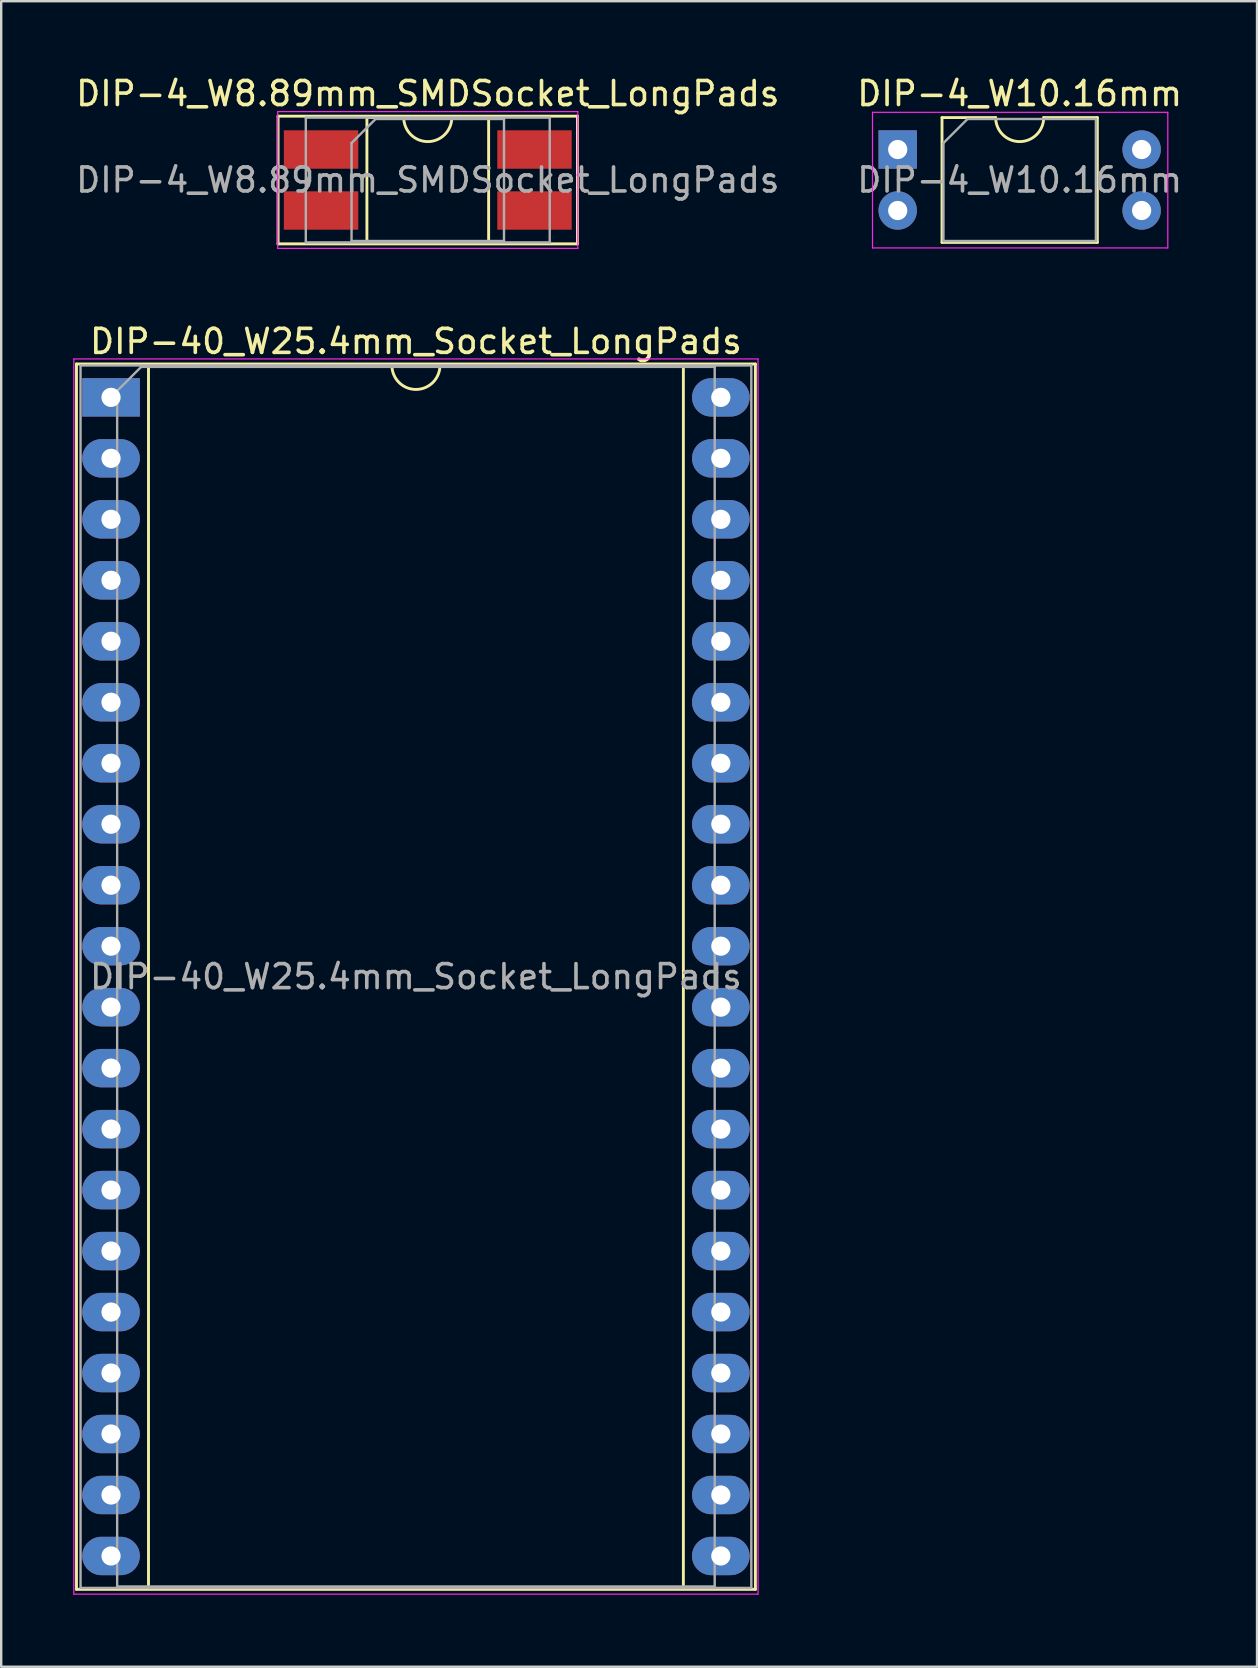
<source format=kicad_pcb>
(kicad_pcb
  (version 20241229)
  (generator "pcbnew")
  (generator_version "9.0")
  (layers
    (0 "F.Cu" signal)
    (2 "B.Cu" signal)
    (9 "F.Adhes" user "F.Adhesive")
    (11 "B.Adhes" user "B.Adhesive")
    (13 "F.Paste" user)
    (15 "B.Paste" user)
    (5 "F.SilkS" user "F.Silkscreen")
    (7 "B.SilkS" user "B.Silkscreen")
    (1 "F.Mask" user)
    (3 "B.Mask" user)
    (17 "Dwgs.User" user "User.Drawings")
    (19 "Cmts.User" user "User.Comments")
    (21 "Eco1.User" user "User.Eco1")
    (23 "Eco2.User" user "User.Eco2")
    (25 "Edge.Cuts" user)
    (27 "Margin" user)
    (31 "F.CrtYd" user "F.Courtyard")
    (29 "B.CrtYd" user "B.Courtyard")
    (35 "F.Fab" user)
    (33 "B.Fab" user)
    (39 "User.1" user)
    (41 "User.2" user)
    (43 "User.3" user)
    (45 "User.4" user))
  (footprint "DIP-4_W10.16mm"
    (layer "F.Cu")
    (at 34.343 3.178)
    (property "Reference" "DIP-4_W10.16mm" (at 5.08 -2.33 0) (layer "F.SilkS") (effects (font (size 1 1) (thickness 0.15))))
    (attr through_hole)
    (fp_line (start 1.845 -1.33) (end 1.845 3.87) (stroke (width 0.12) (type solid)) (layer "F.SilkS"))
    (fp_line (start 1.845 3.87) (end 8.315 3.87) (stroke (width 0.12) (type solid)) (layer "F.SilkS"))
    (fp_line (start 4.08 -1.33) (end 1.845 -1.33) (stroke (width 0.12) (type solid)) (layer "F.SilkS"))
    (fp_line (start 8.315 -1.33) (end 6.08 -1.33) (stroke (width 0.12) (type solid)) (layer "F.SilkS"))
    (fp_line (start 8.315 3.87) (end 8.315 -1.33) (stroke (width 0.12) (type solid)) (layer "F.SilkS"))
    (fp_arc (start 6.08 -1.33) (mid 5.08 -0.33) (end 4.08 -1.33) (stroke (width 0.12) (type solid)) (layer "F.SilkS"))
    (fp_line (start -1.05 -1.55) (end -1.05 4.1) (stroke (width 0.05) (type solid)) (layer "F.CrtYd"))
    (fp_line (start -1.05 4.1) (end 11.25 4.1) (stroke (width 0.05) (type solid)) (layer "F.CrtYd"))
    (fp_line (start 11.25 -1.55) (end -1.05 -1.55) (stroke (width 0.05) (type solid)) (layer "F.CrtYd"))
    (fp_line (start 11.25 4.1) (end 11.25 -1.55) (stroke (width 0.05) (type solid)) (layer "F.CrtYd"))
    (fp_line (start 1.905 -0.27) (end 2.905 -1.27) (stroke (width 0.1) (type solid)) (layer "F.Fab"))
    (fp_line (start 1.905 3.81) (end 1.905 -0.27) (stroke (width 0.1) (type solid)) (layer "F.Fab"))
    (fp_line (start 2.905 -1.27) (end 8.255 -1.27) (stroke (width 0.1) (type solid)) (layer "F.Fab"))
    (fp_line (start 8.255 -1.27) (end 8.255 3.81) (stroke (width 0.1) (type solid)) (layer "F.Fab"))
    (fp_line (start 8.255 3.81) (end 1.905 3.81) (stroke (width 0.1) (type solid)) (layer "F.Fab"))
    (fp_text user "${REFERENCE}" (at 5.08 1.27 0) (layer "F.Fab") (effects (font (size 1 1) (thickness 0.15))))
    (pad "1" thru_hole rect (at 0 0) (size 1.6 1.6) (drill 0.8) (layers "*.Cu" "*.Mask"))
    (pad "2" thru_hole oval (at 0 2.54) (size 1.6 1.6) (drill 0.8) (layers "*.Cu" "*.Mask"))
    (pad "3" thru_hole oval (at 10.16 2.54) (size 1.6 1.6) (drill 0.8) (layers "*.Cu" "*.Mask"))
    (pad "4" thru_hole oval (at 10.16 0) (size 1.6 1.6) (drill 0.8) (layers "*.Cu" "*.Mask")))
  (footprint "DIP-4_W8.89mm_SMDSocket_LongPads"
    (layer "F.Cu")
    (at 14.768 4.448)
    (property "Reference" "DIP-4_W8.89mm_SMDSocket_LongPads" (at 0 -3.6 0) (layer "F.SilkS") (effects (font (size 1 1) (thickness 0.15))))
    (attr smd)
    (fp_line (start -6.235 -2.66) (end -6.235 2.66) (stroke (width 0.12) (type solid)) (layer "F.SilkS"))
    (fp_line (start -6.235 2.66) (end 6.235 2.66) (stroke (width 0.12) (type solid)) (layer "F.SilkS"))
    (fp_line (start -2.535 -2.6) (end -2.535 2.6) (stroke (width 0.12) (type solid)) (layer "F.SilkS"))
    (fp_line (start -2.535 2.6) (end 2.535 2.6) (stroke (width 0.12) (type solid)) (layer "F.SilkS"))
    (fp_line (start -1 -2.6) (end -2.535 -2.6) (stroke (width 0.12) (type solid)) (layer "F.SilkS"))
    (fp_line (start 2.535 -2.6) (end 1 -2.6) (stroke (width 0.12) (type solid)) (layer "F.SilkS"))
    (fp_line (start 2.535 2.6) (end 2.535 -2.6) (stroke (width 0.12) (type solid)) (layer "F.SilkS"))
    (fp_line (start 6.235 -2.66) (end -6.235 -2.66) (stroke (width 0.12) (type solid)) (layer "F.SilkS"))
    (fp_line (start 6.235 2.66) (end 6.235 -2.66) (stroke (width 0.12) (type solid)) (layer "F.SilkS"))
    (fp_arc (start 1 -2.6) (mid 0 -1.6) (end -1 -2.6) (stroke (width 0.12) (type solid)) (layer "F.SilkS"))
    (fp_line (start -6.25 -2.85) (end -6.25 2.85) (stroke (width 0.05) (type solid)) (layer "F.CrtYd"))
    (fp_line (start -6.25 2.85) (end 6.25 2.85) (stroke (width 0.05) (type solid)) (layer "F.CrtYd"))
    (fp_line (start 6.25 -2.85) (end -6.25 -2.85) (stroke (width 0.05) (type solid)) (layer "F.CrtYd"))
    (fp_line (start 6.25 2.85) (end 6.25 -2.85) (stroke (width 0.05) (type solid)) (layer "F.CrtYd"))
    (fp_line (start -5.08 -2.6) (end -5.08 2.6) (stroke (width 0.1) (type solid)) (layer "F.Fab"))
    (fp_line (start -5.08 2.6) (end 5.08 2.6) (stroke (width 0.1) (type solid)) (layer "F.Fab"))
    (fp_line (start -3.175 -1.54) (end -2.175 -2.54) (stroke (width 0.1) (type solid)) (layer "F.Fab"))
    (fp_line (start -3.175 2.54) (end -3.175 -1.54) (stroke (width 0.1) (type solid)) (layer "F.Fab"))
    (fp_line (start -2.175 -2.54) (end 3.175 -2.54) (stroke (width 0.1) (type solid)) (layer "F.Fab"))
    (fp_line (start 3.175 -2.54) (end 3.175 2.54) (stroke (width 0.1) (type solid)) (layer "F.Fab"))
    (fp_line (start 3.175 2.54) (end -3.175 2.54) (stroke (width 0.1) (type solid)) (layer "F.Fab"))
    (fp_line (start 5.08 -2.6) (end -5.08 -2.6) (stroke (width 0.1) (type solid)) (layer "F.Fab"))
    (fp_line (start 5.08 2.6) (end 5.08 -2.6) (stroke (width 0.1) (type solid)) (layer "F.Fab"))
    (fp_text user "${REFERENCE}" (at 0 0 0) (layer "F.Fab") (effects (font (size 1 1) (thickness 0.15))))
    (pad "1" smd rect (at -4.445 -1.27) (size 3.1 1.6) (layers "F.Cu" "F.Mask" "F.Paste"))
    (pad "2" smd rect (at -4.445 1.27) (size 3.1 1.6) (layers "F.Cu" "F.Mask" "F.Paste"))
    (pad "3" smd rect (at 4.445 1.27) (size 3.1 1.6) (layers "F.Cu" "F.Mask" "F.Paste"))
    (pad "4" smd rect (at 4.445 -1.27) (size 3.1 1.6) (layers "F.Cu" "F.Mask" "F.Paste")))
  (footprint "DIP-40_W25.4mm_Socket_LongPads"
    (layer "F.Cu")
    (at 1.575 13.502)
    (property "Reference" "DIP-40_W25.4mm_Socket_LongPads" (at 12.7 -2.33 0) (layer "F.SilkS") (effects (font (size 1 1) (thickness 0.15))))
    (attr through_hole)
    (fp_line (start -1.44 -1.39) (end -1.44 49.65) (stroke (width 0.12) (type solid)) (layer "F.SilkS"))
    (fp_line (start -1.44 49.65) (end 26.84 49.65) (stroke (width 0.12) (type solid)) (layer "F.SilkS"))
    (fp_line (start 1.56 -1.33) (end 1.56 49.59) (stroke (width 0.12) (type solid)) (layer "F.SilkS"))
    (fp_line (start 1.56 49.59) (end 23.84 49.59) (stroke (width 0.12) (type solid)) (layer "F.SilkS"))
    (fp_line (start 11.7 -1.33) (end 1.56 -1.33) (stroke (width 0.12) (type solid)) (layer "F.SilkS"))
    (fp_line (start 23.84 -1.33) (end 13.7 -1.33) (stroke (width 0.12) (type solid)) (layer "F.SilkS"))
    (fp_line (start 23.84 49.59) (end 23.84 -1.33) (stroke (width 0.12) (type solid)) (layer "F.SilkS"))
    (fp_line (start 26.84 -1.39) (end -1.44 -1.39) (stroke (width 0.12) (type solid)) (layer "F.SilkS"))
    (fp_line (start 26.84 49.65) (end 26.84 -1.39) (stroke (width 0.12) (type solid)) (layer "F.SilkS"))
    (fp_arc (start 13.7 -1.33) (mid 12.7 -0.33) (end 11.7 -1.33) (stroke (width 0.12) (type solid)) (layer "F.SilkS"))
    (fp_line (start -1.55 -1.6) (end -1.55 49.85) (stroke (width 0.05) (type solid)) (layer "F.CrtYd"))
    (fp_line (start -1.55 49.85) (end 26.95 49.85) (stroke (width 0.05) (type solid)) (layer "F.CrtYd"))
    (fp_line (start 26.95 -1.6) (end -1.55 -1.6) (stroke (width 0.05) (type solid)) (layer "F.CrtYd"))
    (fp_line (start 26.95 49.85) (end 26.95 -1.6) (stroke (width 0.05) (type solid)) (layer "F.CrtYd"))
    (fp_line (start -1.27 -1.33) (end -1.27 49.59) (stroke (width 0.1) (type solid)) (layer "F.Fab"))
    (fp_line (start -1.27 49.59) (end 26.67 49.59) (stroke (width 0.1) (type solid)) (layer "F.Fab"))
    (fp_line (start 0.255 -0.27) (end 1.255 -1.27) (stroke (width 0.1) (type solid)) (layer "F.Fab"))
    (fp_line (start 0.255 49.53) (end 0.255 -0.27) (stroke (width 0.1) (type solid)) (layer "F.Fab"))
    (fp_line (start 1.255 -1.27) (end 25.145 -1.27) (stroke (width 0.1) (type solid)) (layer "F.Fab"))
    (fp_line (start 25.145 -1.27) (end 25.145 49.53) (stroke (width 0.1) (type solid)) (layer "F.Fab"))
    (fp_line (start 25.145 49.53) (end 0.255 49.53) (stroke (width 0.1) (type solid)) (layer "F.Fab"))
    (fp_line (start 26.67 -1.33) (end -1.27 -1.33) (stroke (width 0.1) (type solid)) (layer "F.Fab"))
    (fp_line (start 26.67 49.59) (end 26.67 -1.33) (stroke (width 0.1) (type solid)) (layer "F.Fab"))
    (fp_text user "${REFERENCE}" (at 12.7 24.13 0) (layer "F.Fab") (effects (font (size 1 1) (thickness 0.15))))
    (pad "1" thru_hole rect (at 0 0) (size 2.4 1.6) (drill 0.8) (layers "*.Cu" "*.Mask"))
    (pad "2" thru_hole oval (at 0 2.54) (size 2.4 1.6) (drill 0.8) (layers "*.Cu" "*.Mask"))
    (pad "3" thru_hole oval (at 0 5.08) (size 2.4 1.6) (drill 0.8) (layers "*.Cu" "*.Mask"))
    (pad "4" thru_hole oval (at 0 7.62) (size 2.4 1.6) (drill 0.8) (layers "*.Cu" "*.Mask"))
    (pad "5" thru_hole oval (at 0 10.16) (size 2.4 1.6) (drill 0.8) (layers "*.Cu" "*.Mask"))
    (pad "6" thru_hole oval (at 0 12.7) (size 2.4 1.6) (drill 0.8) (layers "*.Cu" "*.Mask"))
    (pad "7" thru_hole oval (at 0 15.24) (size 2.4 1.6) (drill 0.8) (layers "*.Cu" "*.Mask"))
    (pad "8" thru_hole oval (at 0 17.78) (size 2.4 1.6) (drill 0.8) (layers "*.Cu" "*.Mask"))
    (pad "9" thru_hole oval (at 0 20.32) (size 2.4 1.6) (drill 0.8) (layers "*.Cu" "*.Mask"))
    (pad "10" thru_hole oval (at 0 22.86) (size 2.4 1.6) (drill 0.8) (layers "*.Cu" "*.Mask"))
    (pad "11" thru_hole oval (at 0 25.4) (size 2.4 1.6) (drill 0.8) (layers "*.Cu" "*.Mask"))
    (pad "12" thru_hole oval (at 0 27.94) (size 2.4 1.6) (drill 0.8) (layers "*.Cu" "*.Mask"))
    (pad "13" thru_hole oval (at 0 30.48) (size 2.4 1.6) (drill 0.8) (layers "*.Cu" "*.Mask"))
    (pad "14" thru_hole oval (at 0 33.02) (size 2.4 1.6) (drill 0.8) (layers "*.Cu" "*.Mask"))
    (pad "15" thru_hole oval (at 0 35.56) (size 2.4 1.6) (drill 0.8) (layers "*.Cu" "*.Mask"))
    (pad "16" thru_hole oval (at 0 38.1) (size 2.4 1.6) (drill 0.8) (layers "*.Cu" "*.Mask"))
    (pad "17" thru_hole oval (at 0 40.64) (size 2.4 1.6) (drill 0.8) (layers "*.Cu" "*.Mask"))
    (pad "18" thru_hole oval (at 0 43.18) (size 2.4 1.6) (drill 0.8) (layers "*.Cu" "*.Mask"))
    (pad "19" thru_hole oval (at 0 45.72) (size 2.4 1.6) (drill 0.8) (layers "*.Cu" "*.Mask"))
    (pad "20" thru_hole oval (at 0 48.26) (size 2.4 1.6) (drill 0.8) (layers "*.Cu" "*.Mask"))
    (pad "21" thru_hole oval (at 25.4 48.26) (size 2.4 1.6) (drill 0.8) (layers "*.Cu" "*.Mask"))
    (pad "22" thru_hole oval (at 25.4 45.72) (size 2.4 1.6) (drill 0.8) (layers "*.Cu" "*.Mask"))
    (pad "23" thru_hole oval (at 25.4 43.18) (size 2.4 1.6) (drill 0.8) (layers "*.Cu" "*.Mask"))
    (pad "24" thru_hole oval (at 25.4 40.64) (size 2.4 1.6) (drill 0.8) (layers "*.Cu" "*.Mask"))
    (pad "25" thru_hole oval (at 25.4 38.1) (size 2.4 1.6) (drill 0.8) (layers "*.Cu" "*.Mask"))
    (pad "26" thru_hole oval (at 25.4 35.56) (size 2.4 1.6) (drill 0.8) (layers "*.Cu" "*.Mask"))
    (pad "27" thru_hole oval (at 25.4 33.02) (size 2.4 1.6) (drill 0.8) (layers "*.Cu" "*.Mask"))
    (pad "28" thru_hole oval (at 25.4 30.48) (size 2.4 1.6) (drill 0.8) (layers "*.Cu" "*.Mask"))
    (pad "29" thru_hole oval (at 25.4 27.94) (size 2.4 1.6) (drill 0.8) (layers "*.Cu" "*.Mask"))
    (pad "30" thru_hole oval (at 25.4 25.4) (size 2.4 1.6) (drill 0.8) (layers "*.Cu" "*.Mask"))
    (pad "31" thru_hole oval (at 25.4 22.86) (size 2.4 1.6) (drill 0.8) (layers "*.Cu" "*.Mask"))
    (pad "32" thru_hole oval (at 25.4 20.32) (size 2.4 1.6) (drill 0.8) (layers "*.Cu" "*.Mask"))
    (pad "33" thru_hole oval (at 25.4 17.78) (size 2.4 1.6) (drill 0.8) (layers "*.Cu" "*.Mask"))
    (pad "34" thru_hole oval (at 25.4 15.24) (size 2.4 1.6) (drill 0.8) (layers "*.Cu" "*.Mask"))
    (pad "35" thru_hole oval (at 25.4 12.7) (size 2.4 1.6) (drill 0.8) (layers "*.Cu" "*.Mask"))
    (pad "36" thru_hole oval (at 25.4 10.16) (size 2.4 1.6) (drill 0.8) (layers "*.Cu" "*.Mask"))
    (pad "37" thru_hole oval (at 25.4 7.62) (size 2.4 1.6) (drill 0.8) (layers "*.Cu" "*.Mask"))
    (pad "38" thru_hole oval (at 25.4 5.08) (size 2.4 1.6) (drill 0.8) (layers "*.Cu" "*.Mask"))
    (pad "39" thru_hole oval (at 25.4 2.54) (size 2.4 1.6) (drill 0.8) (layers "*.Cu" "*.Mask"))
    (pad "40" thru_hole oval (at 25.4 0) (size 2.4 1.6) (drill 0.8) (layers "*.Cu" "*.Mask")))
  (gr_rect
    (start -3 -3)
    (end 49.31 66.376)
    (stroke (width 0.1) (type default))
    (fill no)
    (layer "Edge.Cuts")))
</source>
